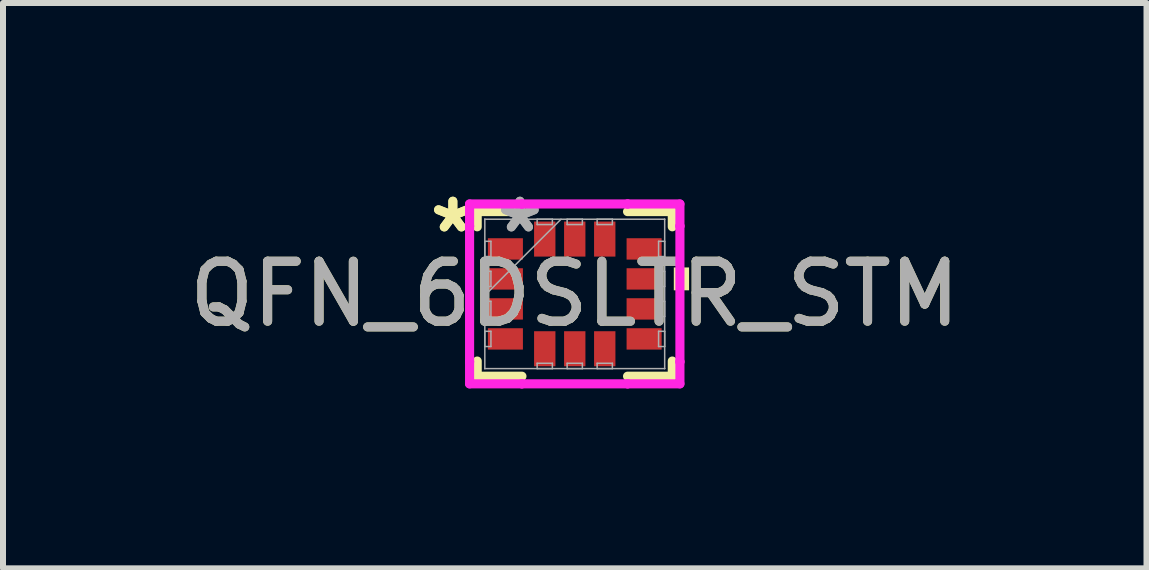
<source format=kicad_pcb>
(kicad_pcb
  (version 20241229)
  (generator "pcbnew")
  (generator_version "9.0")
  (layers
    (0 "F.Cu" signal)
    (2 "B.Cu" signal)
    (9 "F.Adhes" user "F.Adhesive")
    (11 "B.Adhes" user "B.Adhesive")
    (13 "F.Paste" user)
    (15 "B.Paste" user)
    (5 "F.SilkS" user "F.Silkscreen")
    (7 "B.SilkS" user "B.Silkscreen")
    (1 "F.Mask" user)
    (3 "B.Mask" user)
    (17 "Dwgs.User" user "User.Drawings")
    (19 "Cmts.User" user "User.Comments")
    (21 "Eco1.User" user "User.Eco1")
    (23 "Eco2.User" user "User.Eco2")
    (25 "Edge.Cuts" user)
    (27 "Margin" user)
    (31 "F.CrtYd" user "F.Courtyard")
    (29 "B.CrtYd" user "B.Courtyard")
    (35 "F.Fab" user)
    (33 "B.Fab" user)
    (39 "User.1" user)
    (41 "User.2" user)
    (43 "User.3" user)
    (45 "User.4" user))
  (footprint "QFN_6DSLTR_STM"
    (layer "F.Cu")
    (at 6.53 1.849)
    (property "Reference" "QFN_6DSLTR_STM" (at 0 0 0) (unlocked yes) (layer "F.SilkS") (effects (font (size 1 1) (thickness 0.15))))
    (attr smd)
    (fp_line (start -1.626 -1.372) (end -1.626 -1.119) (stroke (width 0.152) (type solid)) (layer "F.SilkS"))
    (fp_line (start -1.626 1.119) (end -1.626 1.372) (stroke (width 0.152) (type solid)) (layer "F.SilkS"))
    (fp_line (start -1.626 1.372) (end -0.88 1.372) (stroke (width 0.152) (type solid)) (layer "F.SilkS"))
    (fp_line (start -0.88 -1.372) (end -1.626 -1.372) (stroke (width 0.152) (type solid)) (layer "F.SilkS"))
    (fp_line (start 0.88 1.372) (end 1.626 1.372) (stroke (width 0.152) (type solid)) (layer "F.SilkS"))
    (fp_line (start 1.626 -1.372) (end 0.88 -1.372) (stroke (width 0.152) (type solid)) (layer "F.SilkS"))
    (fp_line (start 1.626 -1.119) (end 1.626 -1.372) (stroke (width 0.152) (type solid)) (layer "F.SilkS"))
    (fp_line (start 1.626 1.372) (end 1.626 1.119) (stroke (width 0.152) (type solid)) (layer "F.SilkS"))
    (fp_poly (pts (xy 1.905 -0.441) (xy 1.905 -0.06) (xy 1.651 -0.06) (xy 1.651 -0.441)) (stroke (width 0) (type solid)) (fill yes) (layer "F.SilkS"))
    (fp_line (start -1.753 -1.499) (end -0.881 -1.499) (stroke (width 0.152) (type solid)) (layer "F.CrtYd"))
    (fp_line (start -1.753 -1.131) (end -1.753 -1.499) (stroke (width 0.152) (type solid)) (layer "F.CrtYd"))
    (fp_line (start -1.753 -1.131) (end -1.753 -1.131) (stroke (width 0.152) (type solid)) (layer "F.CrtYd"))
    (fp_line (start -1.753 1.131) (end -1.753 -1.131) (stroke (width 0.152) (type solid)) (layer "F.CrtYd"))
    (fp_line (start -1.753 1.131) (end -1.753 1.131) (stroke (width 0.152) (type solid)) (layer "F.CrtYd"))
    (fp_line (start -1.753 1.499) (end -1.753 1.131) (stroke (width 0.152) (type solid)) (layer "F.CrtYd"))
    (fp_line (start -0.881 -1.499) (end -0.881 -1.499) (stroke (width 0.152) (type solid)) (layer "F.CrtYd"))
    (fp_line (start -0.881 -1.499) (end 0.881 -1.499) (stroke (width 0.152) (type solid)) (layer "F.CrtYd"))
    (fp_line (start -0.881 1.499) (end -1.753 1.499) (stroke (width 0.152) (type solid)) (layer "F.CrtYd"))
    (fp_line (start -0.881 1.499) (end -0.881 1.499) (stroke (width 0.152) (type solid)) (layer "F.CrtYd"))
    (fp_line (start 0.881 -1.499) (end 0.881 -1.499) (stroke (width 0.152) (type solid)) (layer "F.CrtYd"))
    (fp_line (start 0.881 -1.499) (end 1.753 -1.499) (stroke (width 0.152) (type solid)) (layer "F.CrtYd"))
    (fp_line (start 0.881 1.499) (end -0.881 1.499) (stroke (width 0.152) (type solid)) (layer "F.CrtYd"))
    (fp_line (start 0.881 1.499) (end 0.881 1.499) (stroke (width 0.152) (type solid)) (layer "F.CrtYd"))
    (fp_line (start 1.753 -1.499) (end 1.753 -1.131) (stroke (width 0.152) (type solid)) (layer "F.CrtYd"))
    (fp_line (start 1.753 -1.131) (end 1.753 -1.131) (stroke (width 0.152) (type solid)) (layer "F.CrtYd"))
    (fp_line (start 1.753 -1.131) (end 1.753 1.131) (stroke (width 0.152) (type solid)) (layer "F.CrtYd"))
    (fp_line (start 1.753 1.131) (end 1.753 1.131) (stroke (width 0.152) (type solid)) (layer "F.CrtYd"))
    (fp_line (start 1.753 1.131) (end 1.753 1.499) (stroke (width 0.152) (type solid)) (layer "F.CrtYd"))
    (fp_line (start 1.753 1.499) (end 0.881 1.499) (stroke (width 0.152) (type solid)) (layer "F.CrtYd"))
    (fp_line (start -1.499 -1.245) (end -1.499 -1.245) (stroke (width 0.025) (type solid)) (layer "F.Fab"))
    (fp_line (start -1.499 -1.245) (end -1.499 1.245) (stroke (width 0.025) (type solid)) (layer "F.Fab"))
    (fp_line (start -1.499 -0.877) (end -1.397 -0.877) (stroke (width 0.025) (type solid)) (layer "F.Fab"))
    (fp_line (start -1.499 -0.623) (end -1.499 -0.877) (stroke (width 0.025) (type solid)) (layer "F.Fab"))
    (fp_line (start -1.499 -0.377) (end -1.397 -0.377) (stroke (width 0.025) (type solid)) (layer "F.Fab"))
    (fp_line (start -1.499 -0.123) (end -1.499 -0.377) (stroke (width 0.025) (type solid)) (layer "F.Fab"))
    (fp_line (start -1.499 0.025) (end -0.229 -1.245) (stroke (width 0.025) (type solid)) (layer "F.Fab"))
    (fp_line (start -1.499 0.123) (end -1.397 0.123) (stroke (width 0.025) (type solid)) (layer "F.Fab"))
    (fp_line (start -1.499 0.377) (end -1.499 0.123) (stroke (width 0.025) (type solid)) (layer "F.Fab"))
    (fp_line (start -1.499 0.623) (end -1.397 0.623) (stroke (width 0.025) (type solid)) (layer "F.Fab"))
    (fp_line (start -1.499 0.877) (end -1.499 0.623) (stroke (width 0.025) (type solid)) (layer "F.Fab"))
    (fp_line (start -1.499 1.245) (end -1.499 1.245) (stroke (width 0.025) (type solid)) (layer "F.Fab"))
    (fp_line (start -1.499 1.245) (end 1.499 1.245) (stroke (width 0.025) (type solid)) (layer "F.Fab"))
    (fp_line (start -1.397 -0.877) (end -1.397 -0.623) (stroke (width 0.025) (type solid)) (layer "F.Fab"))
    (fp_line (start -1.397 -0.623) (end -1.499 -0.623) (stroke (width 0.025) (type solid)) (layer "F.Fab"))
    (fp_line (start -1.397 -0.377) (end -1.397 -0.123) (stroke (width 0.025) (type solid)) (layer "F.Fab"))
    (fp_line (start -1.397 -0.123) (end -1.499 -0.123) (stroke (width 0.025) (type solid)) (layer "F.Fab"))
    (fp_line (start -1.397 0.123) (end -1.397 0.377) (stroke (width 0.025) (type solid)) (layer "F.Fab"))
    (fp_line (start -1.397 0.377) (end -1.499 0.377) (stroke (width 0.025) (type solid)) (layer "F.Fab"))
    (fp_line (start -1.397 0.623) (end -1.397 0.877) (stroke (width 0.025) (type solid)) (layer "F.Fab"))
    (fp_line (start -1.397 0.877) (end -1.499 0.877) (stroke (width 0.025) (type solid)) (layer "F.Fab"))
    (fp_line (start -0.627 -1.245) (end -0.373 -1.245) (stroke (width 0.025) (type solid)) (layer "F.Fab"))
    (fp_line (start -0.627 -1.156) (end -0.627 -1.245) (stroke (width 0.025) (type solid)) (layer "F.Fab"))
    (fp_line (start -0.627 1.156) (end -0.373 1.156) (stroke (width 0.025) (type solid)) (layer "F.Fab"))
    (fp_line (start -0.627 1.245) (end -0.627 1.156) (stroke (width 0.025) (type solid)) (layer "F.Fab"))
    (fp_line (start -0.373 -1.245) (end -0.373 -1.156) (stroke (width 0.025) (type solid)) (layer "F.Fab"))
    (fp_line (start -0.373 -1.156) (end -0.627 -1.156) (stroke (width 0.025) (type solid)) (layer "F.Fab"))
    (fp_line (start -0.373 1.156) (end -0.373 1.245) (stroke (width 0.025) (type solid)) (layer "F.Fab"))
    (fp_line (start -0.373 1.245) (end -0.627 1.245) (stroke (width 0.025) (type solid)) (layer "F.Fab"))
    (fp_line (start -0.127 -1.245) (end 0.127 -1.245) (stroke (width 0.025) (type solid)) (layer "F.Fab"))
    (fp_line (start -0.127 -1.156) (end -0.127 -1.245) (stroke (width 0.025) (type solid)) (layer "F.Fab"))
    (fp_line (start -0.127 1.156) (end 0.127 1.156) (stroke (width 0.025) (type solid)) (layer "F.Fab"))
    (fp_line (start -0.127 1.245) (end -0.127 1.156) (stroke (width 0.025) (type solid)) (layer "F.Fab"))
    (fp_line (start 0.127 -1.245) (end 0.127 -1.156) (stroke (width 0.025) (type solid)) (layer "F.Fab"))
    (fp_line (start 0.127 -1.156) (end -0.127 -1.156) (stroke (width 0.025) (type solid)) (layer "F.Fab"))
    (fp_line (start 0.127 1.156) (end 0.127 1.245) (stroke (width 0.025) (type solid)) (layer "F.Fab"))
    (fp_line (start 0.127 1.245) (end -0.127 1.245) (stroke (width 0.025) (type solid)) (layer "F.Fab"))
    (fp_line (start 0.373 -1.245) (end 0.627 -1.245) (stroke (width 0.025) (type solid)) (layer "F.Fab"))
    (fp_line (start 0.373 -1.156) (end 0.373 -1.245) (stroke (width 0.025) (type solid)) (layer "F.Fab"))
    (fp_line (start 0.373 1.156) (end 0.627 1.156) (stroke (width 0.025) (type solid)) (layer "F.Fab"))
    (fp_line (start 0.373 1.245) (end 0.373 1.156) (stroke (width 0.025) (type solid)) (layer "F.Fab"))
    (fp_line (start 0.627 -1.245) (end 0.627 -1.156) (stroke (width 0.025) (type solid)) (layer "F.Fab"))
    (fp_line (start 0.627 -1.156) (end 0.373 -1.156) (stroke (width 0.025) (type solid)) (layer "F.Fab"))
    (fp_line (start 0.627 1.156) (end 0.627 1.245) (stroke (width 0.025) (type solid)) (layer "F.Fab"))
    (fp_line (start 0.627 1.245) (end 0.373 1.245) (stroke (width 0.025) (type solid)) (layer "F.Fab"))
    (fp_line (start 1.397 -0.877) (end 1.499 -0.877) (stroke (width 0.025) (type solid)) (layer "F.Fab"))
    (fp_line (start 1.397 -0.623) (end 1.397 -0.877) (stroke (width 0.025) (type solid)) (layer "F.Fab"))
    (fp_line (start 1.397 -0.377) (end 1.499 -0.377) (stroke (width 0.025) (type solid)) (layer "F.Fab"))
    (fp_line (start 1.397 -0.123) (end 1.397 -0.377) (stroke (width 0.025) (type solid)) (layer "F.Fab"))
    (fp_line (start 1.397 0.123) (end 1.499 0.123) (stroke (width 0.025) (type solid)) (layer "F.Fab"))
    (fp_line (start 1.397 0.377) (end 1.397 0.123) (stroke (width 0.025) (type solid)) (layer "F.Fab"))
    (fp_line (start 1.397 0.623) (end 1.499 0.623) (stroke (width 0.025) (type solid)) (layer "F.Fab"))
    (fp_line (start 1.397 0.877) (end 1.397 0.623) (stroke (width 0.025) (type solid)) (layer "F.Fab"))
    (fp_line (start 1.499 -1.245) (end -1.499 -1.245) (stroke (width 0.025) (type solid)) (layer "F.Fab"))
    (fp_line (start 1.499 -1.245) (end 1.499 -1.245) (stroke (width 0.025) (type solid)) (layer "F.Fab"))
    (fp_line (start 1.499 -0.877) (end 1.499 -0.623) (stroke (width 0.025) (type solid)) (layer "F.Fab"))
    (fp_line (start 1.499 -0.623) (end 1.397 -0.623) (stroke (width 0.025) (type solid)) (layer "F.Fab"))
    (fp_line (start 1.499 -0.377) (end 1.499 -0.123) (stroke (width 0.025) (type solid)) (layer "F.Fab"))
    (fp_line (start 1.499 -0.123) (end 1.397 -0.123) (stroke (width 0.025) (type solid)) (layer "F.Fab"))
    (fp_line (start 1.499 0.123) (end 1.499 0.377) (stroke (width 0.025) (type solid)) (layer "F.Fab"))
    (fp_line (start 1.499 0.377) (end 1.397 0.377) (stroke (width 0.025) (type solid)) (layer "F.Fab"))
    (fp_line (start 1.499 0.623) (end 1.499 0.877) (stroke (width 0.025) (type solid)) (layer "F.Fab"))
    (fp_line (start 1.499 0.877) (end 1.397 0.877) (stroke (width 0.025) (type solid)) (layer "F.Fab"))
    (fp_line (start 1.499 1.245) (end 1.499 -1.245) (stroke (width 0.025) (type solid)) (layer "F.Fab"))
    (fp_line (start 1.499 1.245) (end 1.499 1.245) (stroke (width 0.025) (type solid)) (layer "F.Fab"))
    (fp_text user "*" (at -2.032 -1 0) (layer "F.SilkS") (effects (font (size 1 1) (thickness 0.15))))
    (fp_text user "*" (at -2.032 -1 0) (unlocked yes) (layer "F.SilkS") (effects (font (size 1 1) (thickness 0.15))))
    (fp_text user "${REFERENCE}" (at 0 0 0) (unlocked yes) (layer "F.Fab") (effects (font (size 1 1) (thickness 0.15))))
    (fp_text user "*" (at -0.914 -1 0) (unlocked yes) (layer "F.Fab") (effects (font (size 1 1) (thickness 0.15))))
    (fp_text user "*" (at -0.914 -1 0) (layer "F.Fab") (effects (font (size 1 1) (thickness 0.15))))
    (pad "1" smd rect (at -1.156 -0.75 90) (size 0.356 0.584) (layers "F.Cu" "F.Mask" "F.Paste"))
    (pad "2" smd rect (at -1.156 -0.25 90) (size 0.356 0.584) (layers "F.Cu" "F.Mask" "F.Paste"))
    (pad "3" smd rect (at -1.156 0.25 90) (size 0.356 0.584) (layers "F.Cu" "F.Mask" "F.Paste"))
    (pad "4" smd rect (at -1.156 0.75 90) (size 0.356 0.584) (layers "F.Cu" "F.Mask" "F.Paste"))
    (pad "5" smd rect (at -0.5 0.914) (size 0.356 0.584) (layers "F.Cu" "F.Mask" "F.Paste"))
    (pad "6" smd rect (at 0 0.914) (size 0.356 0.584) (layers "F.Cu" "F.Mask" "F.Paste"))
    (pad "7" smd rect (at 0.5 0.914) (size 0.356 0.584) (layers "F.Cu" "F.Mask" "F.Paste"))
    (pad "8" smd rect (at 1.156 0.75 90) (size 0.356 0.584) (layers "F.Cu" "F.Mask" "F.Paste"))
    (pad "9" smd rect (at 1.156 0.25 90) (size 0.356 0.584) (layers "F.Cu" "F.Mask" "F.Paste"))
    (pad "10" smd rect (at 1.156 -0.25 90) (size 0.356 0.584) (layers "F.Cu" "F.Mask" "F.Paste"))
    (pad "11" smd rect (at 1.156 -0.75 90) (size 0.356 0.584) (layers "F.Cu" "F.Mask" "F.Paste"))
    (pad "12" smd rect (at 0.5 -0.914) (size 0.356 0.584) (layers "F.Cu" "F.Mask" "F.Paste"))
    (pad "13" smd rect (at 0 -0.914) (size 0.356 0.584) (layers "F.Cu" "F.Mask" "F.Paste"))
    (pad "14" smd rect (at -0.5 -0.914) (size 0.356 0.584) (layers "F.Cu" "F.Mask" "F.Paste")))
  (gr_rect
    (start -3 -3)
    (end 16.06 6.423)
    (stroke (width 0.1) (type default))
    (fill no)
    (layer "Edge.Cuts")))
</source>
